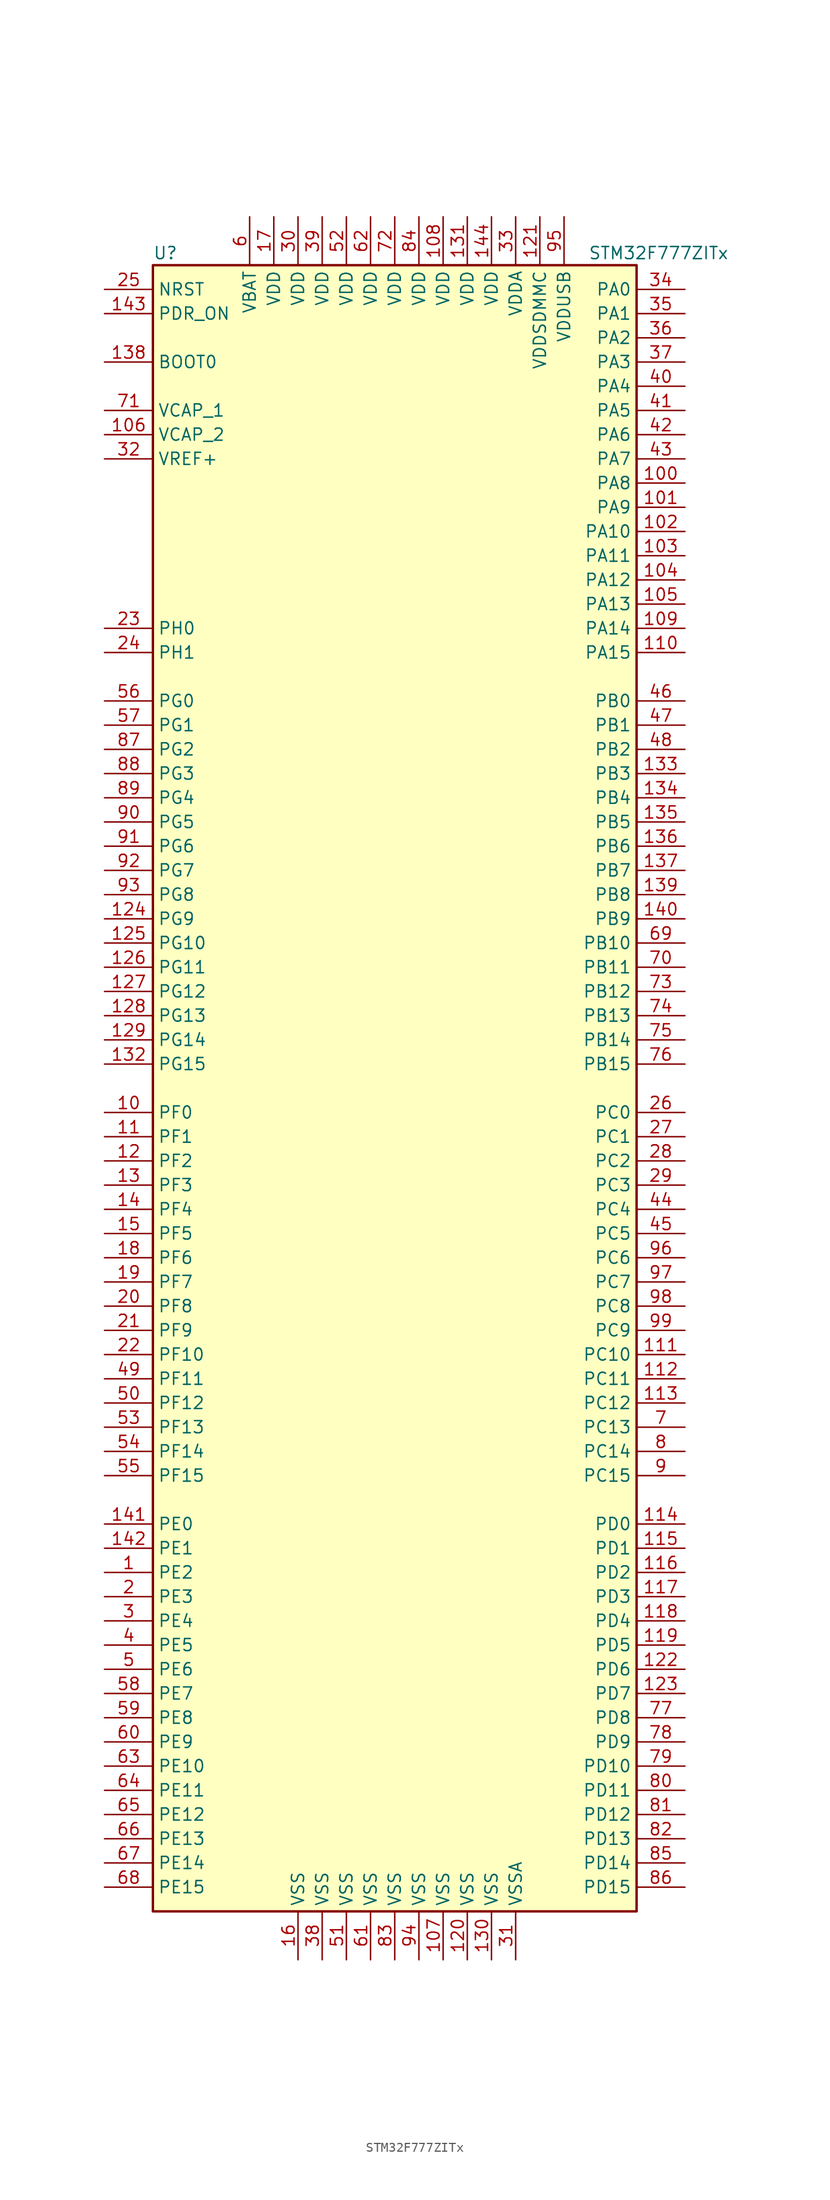
<source format=kicad_sym>
(kicad_symbol_lib
  (version 20220914)
  (generator kicad_symbol_editor)
  (symbol "STM32F777ZITx"
    (property "Reference" "U"
      (at -25.4 87.63 0)
      (effects (font (size 1.27 1.27)) (justify left)))
    (property "Value" "STM32F777ZITx"
      (at 20.32 87.63 0)
      (effects (font (size 1.27 1.27)) (justify left)))
    (symbol "STM32F777ZITx_0_1"
      (rectangle (start -25.4 -86.36) (end 25.4 86.36) (stroke (width 0.254) (type default)) (fill (type background))))
    (symbol "STM32F777ZITx_1_1"
      (pin bidirectional line (at -30.48 -50.8 0) (length 5.08) (name "PE2" (effects (font (size 1.27 1.27)))) (number "1" (effects (font (size 1.27 1.27)))))
      (pin bidirectional line (at -30.48 -2.54 0) (length 5.08) (name "PF0" (effects (font (size 1.27 1.27)))) (number "10" (effects (font (size 1.27 1.27)))))
      (pin bidirectional line (at 30.48 63.5 180) (length 5.08) (name "PA8" (effects (font (size 1.27 1.27)))) (number "100" (effects (font (size 1.27 1.27)))))
      (pin bidirectional line (at 30.48 60.96 180) (length 5.08) (name "PA9" (effects (font (size 1.27 1.27)))) (number "101" (effects (font (size 1.27 1.27)))))
      (pin bidirectional line (at 30.48 58.42 180) (length 5.08) (name "PA10" (effects (font (size 1.27 1.27)))) (number "102" (effects (font (size 1.27 1.27)))))
      (pin bidirectional line (at 30.48 55.88 180) (length 5.08) (name "PA11" (effects (font (size 1.27 1.27)))) (number "103" (effects (font (size 1.27 1.27)))))
      (pin bidirectional line (at 30.48 53.34 180) (length 5.08) (name "PA12" (effects (font (size 1.27 1.27)))) (number "104" (effects (font (size 1.27 1.27)))))
      (pin bidirectional line (at 30.48 50.8 180) (length 5.08) (name "PA13" (effects (font (size 1.27 1.27)))) (number "105" (effects (font (size 1.27 1.27)))))
      (pin power_in line (at -30.48 68.58 0) (length 5.08) (name "VCAP_2" (effects (font (size 1.27 1.27)))) (number "106" (effects (font (size 1.27 1.27)))))
      (pin power_in line (at 5.08 -91.44 90) (length 5.08) (name "VSS" (effects (font (size 1.27 1.27)))) (number "107" (effects (font (size 1.27 1.27)))))
      (pin power_in line (at 5.08 91.44 270) (length 5.08) (name "VDD" (effects (font (size 1.27 1.27)))) (number "108" (effects (font (size 1.27 1.27)))))
      (pin bidirectional line (at 30.48 48.26 180) (length 5.08) (name "PA14" (effects (font (size 1.27 1.27)))) (number "109" (effects (font (size 1.27 1.27)))))
      (pin bidirectional line (at -30.48 -5.08 0) (length 5.08) (name "PF1" (effects (font (size 1.27 1.27)))) (number "11" (effects (font (size 1.27 1.27)))))
      (pin bidirectional line (at 30.48 45.72 180) (length 5.08) (name "PA15" (effects (font (size 1.27 1.27)))) (number "110" (effects (font (size 1.27 1.27)))))
      (pin bidirectional line (at 30.48 -27.94 180) (length 5.08) (name "PC10" (effects (font (size 1.27 1.27)))) (number "111" (effects (font (size 1.27 1.27)))))
      (pin bidirectional line (at 30.48 -30.48 180) (length 5.08) (name "PC11" (effects (font (size 1.27 1.27)))) (number "112" (effects (font (size 1.27 1.27)))))
      (pin bidirectional line (at 30.48 -33.02 180) (length 5.08) (name "PC12" (effects (font (size 1.27 1.27)))) (number "113" (effects (font (size 1.27 1.27)))))
      (pin bidirectional line (at 30.48 -45.72 180) (length 5.08) (name "PD0" (effects (font (size 1.27 1.27)))) (number "114" (effects (font (size 1.27 1.27)))))
      (pin bidirectional line (at 30.48 -48.26 180) (length 5.08) (name "PD1" (effects (font (size 1.27 1.27)))) (number "115" (effects (font (size 1.27 1.27)))))
      (pin bidirectional line (at 30.48 -50.8 180) (length 5.08) (name "PD2" (effects (font (size 1.27 1.27)))) (number "116" (effects (font (size 1.27 1.27)))))
      (pin bidirectional line (at 30.48 -53.34 180) (length 5.08) (name "PD3" (effects (font (size 1.27 1.27)))) (number "117" (effects (font (size 1.27 1.27)))))
      (pin bidirectional line (at 30.48 -55.88 180) (length 5.08) (name "PD4" (effects (font (size 1.27 1.27)))) (number "118" (effects (font (size 1.27 1.27)))))
      (pin bidirectional line (at 30.48 -58.42 180) (length 5.08) (name "PD5" (effects (font (size 1.27 1.27)))) (number "119" (effects (font (size 1.27 1.27)))))
      (pin bidirectional line (at -30.48 -7.62 0) (length 5.08) (name "PF2" (effects (font (size 1.27 1.27)))) (number "12" (effects (font (size 1.27 1.27)))))
      (pin power_in line (at 7.62 -91.44 90) (length 5.08) (name "VSS" (effects (font (size 1.27 1.27)))) (number "120" (effects (font (size 1.27 1.27)))))
      (pin power_in line (at 15.24 91.44 270) (length 5.08) (name "VDDSDMMC" (effects (font (size 1.27 1.27)))) (number "121" (effects (font (size 1.27 1.27)))))
      (pin bidirectional line (at 30.48 -60.96 180) (length 5.08) (name "PD6" (effects (font (size 1.27 1.27)))) (number "122" (effects (font (size 1.27 1.27)))))
      (pin bidirectional line (at 30.48 -63.5 180) (length 5.08) (name "PD7" (effects (font (size 1.27 1.27)))) (number "123" (effects (font (size 1.27 1.27)))))
      (pin bidirectional line (at -30.48 17.78 0) (length 5.08) (name "PG9" (effects (font (size 1.27 1.27)))) (number "124" (effects (font (size 1.27 1.27)))))
      (pin bidirectional line (at -30.48 15.24 0) (length 5.08) (name "PG10" (effects (font (size 1.27 1.27)))) (number "125" (effects (font (size 1.27 1.27)))))
      (pin bidirectional line (at -30.48 12.7 0) (length 5.08) (name "PG11" (effects (font (size 1.27 1.27)))) (number "126" (effects (font (size 1.27 1.27)))))
      (pin bidirectional line (at -30.48 10.16 0) (length 5.08) (name "PG12" (effects (font (size 1.27 1.27)))) (number "127" (effects (font (size 1.27 1.27)))))
      (pin bidirectional line (at -30.48 7.62 0) (length 5.08) (name "PG13" (effects (font (size 1.27 1.27)))) (number "128" (effects (font (size 1.27 1.27)))))
      (pin bidirectional line (at -30.48 5.08 0) (length 5.08) (name "PG14" (effects (font (size 1.27 1.27)))) (number "129" (effects (font (size 1.27 1.27)))))
      (pin bidirectional line (at -30.48 -10.16 0) (length 5.08) (name "PF3" (effects (font (size 1.27 1.27)))) (number "13" (effects (font (size 1.27 1.27)))))
      (pin power_in line (at 10.16 -91.44 90) (length 5.08) (name "VSS" (effects (font (size 1.27 1.27)))) (number "130" (effects (font (size 1.27 1.27)))))
      (pin power_in line (at 7.62 91.44 270) (length 5.08) (name "VDD" (effects (font (size 1.27 1.27)))) (number "131" (effects (font (size 1.27 1.27)))))
      (pin bidirectional line (at -30.48 2.54 0) (length 5.08) (name "PG15" (effects (font (size 1.27 1.27)))) (number "132" (effects (font (size 1.27 1.27)))))
      (pin bidirectional line (at 30.48 33.02 180) (length 5.08) (name "PB3" (effects (font (size 1.27 1.27)))) (number "133" (effects (font (size 1.27 1.27)))))
      (pin bidirectional line (at 30.48 30.48 180) (length 5.08) (name "PB4" (effects (font (size 1.27 1.27)))) (number "134" (effects (font (size 1.27 1.27)))))
      (pin bidirectional line (at 30.48 27.94 180) (length 5.08) (name "PB5" (effects (font (size 1.27 1.27)))) (number "135" (effects (font (size 1.27 1.27)))))
      (pin bidirectional line (at 30.48 25.4 180) (length 5.08) (name "PB6" (effects (font (size 1.27 1.27)))) (number "136" (effects (font (size 1.27 1.27)))))
      (pin bidirectional line (at 30.48 22.86 180) (length 5.08) (name "PB7" (effects (font (size 1.27 1.27)))) (number "137" (effects (font (size 1.27 1.27)))))
      (pin input line (at -30.48 76.2 0) (length 5.08) (name "BOOT0" (effects (font (size 1.27 1.27)))) (number "138" (effects (font (size 1.27 1.27)))))
      (pin bidirectional line (at 30.48 20.32 180) (length 5.08) (name "PB8" (effects (font (size 1.27 1.27)))) (number "139" (effects (font (size 1.27 1.27)))))
      (pin bidirectional line (at -30.48 -12.7 0) (length 5.08) (name "PF4" (effects (font (size 1.27 1.27)))) (number "14" (effects (font (size 1.27 1.27)))))
      (pin bidirectional line (at 30.48 17.78 180) (length 5.08) (name "PB9" (effects (font (size 1.27 1.27)))) (number "140" (effects (font (size 1.27 1.27)))))
      (pin bidirectional line (at -30.48 -45.72 0) (length 5.08) (name "PE0" (effects (font (size 1.27 1.27)))) (number "141" (effects (font (size 1.27 1.27)))))
      (pin bidirectional line (at -30.48 -48.26 0) (length 5.08) (name "PE1" (effects (font (size 1.27 1.27)))) (number "142" (effects (font (size 1.27 1.27)))))
      (pin input line (at -30.48 81.28 0) (length 5.08) (name "PDR_ON" (effects (font (size 1.27 1.27)))) (number "143" (effects (font (size 1.27 1.27)))))
      (pin power_in line (at 10.16 91.44 270) (length 5.08) (name "VDD" (effects (font (size 1.27 1.27)))) (number "144" (effects (font (size 1.27 1.27)))))
      (pin bidirectional line (at -30.48 -15.24 0) (length 5.08) (name "PF5" (effects (font (size 1.27 1.27)))) (number "15" (effects (font (size 1.27 1.27)))))
      (pin power_in line (at -10.16 -91.44 90) (length 5.08) (name "VSS" (effects (font (size 1.27 1.27)))) (number "16" (effects (font (size 1.27 1.27)))))
      (pin power_in line (at -12.7 91.44 270) (length 5.08) (name "VDD" (effects (font (size 1.27 1.27)))) (number "17" (effects (font (size 1.27 1.27)))))
      (pin bidirectional line (at -30.48 -17.78 0) (length 5.08) (name "PF6" (effects (font (size 1.27 1.27)))) (number "18" (effects (font (size 1.27 1.27)))))
      (pin bidirectional line (at -30.48 -20.32 0) (length 5.08) (name "PF7" (effects (font (size 1.27 1.27)))) (number "19" (effects (font (size 1.27 1.27)))))
      (pin bidirectional line (at -30.48 -53.34 0) (length 5.08) (name "PE3" (effects (font (size 1.27 1.27)))) (number "2" (effects (font (size 1.27 1.27)))))
      (pin bidirectional line (at -30.48 -22.86 0) (length 5.08) (name "PF8" (effects (font (size 1.27 1.27)))) (number "20" (effects (font (size 1.27 1.27)))))
      (pin bidirectional line (at -30.48 -25.4 0) (length 5.08) (name "PF9" (effects (font (size 1.27 1.27)))) (number "21" (effects (font (size 1.27 1.27)))))
      (pin bidirectional line (at -30.48 -27.94 0) (length 5.08) (name "PF10" (effects (font (size 1.27 1.27)))) (number "22" (effects (font (size 1.27 1.27)))))
      (pin input line (at -30.48 48.26 0) (length 5.08) (name "PH0" (effects (font (size 1.27 1.27)))) (number "23" (effects (font (size 1.27 1.27)))))
      (pin input line (at -30.48 45.72 0) (length 5.08) (name "PH1" (effects (font (size 1.27 1.27)))) (number "24" (effects (font (size 1.27 1.27)))))
      (pin input line (at -30.48 83.82 0) (length 5.08) (name "NRST" (effects (font (size 1.27 1.27)))) (number "25" (effects (font (size 1.27 1.27)))))
      (pin bidirectional line (at 30.48 -2.54 180) (length 5.08) (name "PC0" (effects (font (size 1.27 1.27)))) (number "26" (effects (font (size 1.27 1.27)))))
      (pin bidirectional line (at 30.48 -5.08 180) (length 5.08) (name "PC1" (effects (font (size 1.27 1.27)))) (number "27" (effects (font (size 1.27 1.27)))))
      (pin bidirectional line (at 30.48 -7.62 180) (length 5.08) (name "PC2" (effects (font (size 1.27 1.27)))) (number "28" (effects (font (size 1.27 1.27)))))
      (pin bidirectional line (at 30.48 -10.16 180) (length 5.08) (name "PC3" (effects (font (size 1.27 1.27)))) (number "29" (effects (font (size 1.27 1.27)))))
      (pin bidirectional line (at -30.48 -55.88 0) (length 5.08) (name "PE4" (effects (font (size 1.27 1.27)))) (number "3" (effects (font (size 1.27 1.27)))))
      (pin power_in line (at -10.16 91.44 270) (length 5.08) (name "VDD" (effects (font (size 1.27 1.27)))) (number "30" (effects (font (size 1.27 1.27)))))
      (pin power_in line (at 12.7 -91.44 90) (length 5.08) (name "VSSA" (effects (font (size 1.27 1.27)))) (number "31" (effects (font (size 1.27 1.27)))))
      (pin power_in line (at -30.48 66.04 0) (length 5.08) (name "VREF+" (effects (font (size 1.27 1.27)))) (number "32" (effects (font (size 1.27 1.27)))))
      (pin power_in line (at 12.7 91.44 270) (length 5.08) (name "VDDA" (effects (font (size 1.27 1.27)))) (number "33" (effects (font (size 1.27 1.27)))))
      (pin bidirectional line (at 30.48 83.82 180) (length 5.08) (name "PA0" (effects (font (size 1.27 1.27)))) (number "34" (effects (font (size 1.27 1.27)))))
      (pin bidirectional line (at 30.48 81.28 180) (length 5.08) (name "PA1" (effects (font (size 1.27 1.27)))) (number "35" (effects (font (size 1.27 1.27)))))
      (pin bidirectional line (at 30.48 78.74 180) (length 5.08) (name "PA2" (effects (font (size 1.27 1.27)))) (number "36" (effects (font (size 1.27 1.27)))))
      (pin bidirectional line (at 30.48 76.2 180) (length 5.08) (name "PA3" (effects (font (size 1.27 1.27)))) (number "37" (effects (font (size 1.27 1.27)))))
      (pin power_in line (at -7.62 -91.44 90) (length 5.08) (name "VSS" (effects (font (size 1.27 1.27)))) (number "38" (effects (font (size 1.27 1.27)))))
      (pin power_in line (at -7.62 91.44 270) (length 5.08) (name "VDD" (effects (font (size 1.27 1.27)))) (number "39" (effects (font (size 1.27 1.27)))))
      (pin bidirectional line (at -30.48 -58.42 0) (length 5.08) (name "PE5" (effects (font (size 1.27 1.27)))) (number "4" (effects (font (size 1.27 1.27)))))
      (pin bidirectional line (at 30.48 73.66 180) (length 5.08) (name "PA4" (effects (font (size 1.27 1.27)))) (number "40" (effects (font (size 1.27 1.27)))))
      (pin bidirectional line (at 30.48 71.12 180) (length 5.08) (name "PA5" (effects (font (size 1.27 1.27)))) (number "41" (effects (font (size 1.27 1.27)))))
      (pin bidirectional line (at 30.48 68.58 180) (length 5.08) (name "PA6" (effects (font (size 1.27 1.27)))) (number "42" (effects (font (size 1.27 1.27)))))
      (pin bidirectional line (at 30.48 66.04 180) (length 5.08) (name "PA7" (effects (font (size 1.27 1.27)))) (number "43" (effects (font (size 1.27 1.27)))))
      (pin bidirectional line (at 30.48 -12.7 180) (length 5.08) (name "PC4" (effects (font (size 1.27 1.27)))) (number "44" (effects (font (size 1.27 1.27)))))
      (pin bidirectional line (at 30.48 -15.24 180) (length 5.08) (name "PC5" (effects (font (size 1.27 1.27)))) (number "45" (effects (font (size 1.27 1.27)))))
      (pin bidirectional line (at 30.48 40.64 180) (length 5.08) (name "PB0" (effects (font (size 1.27 1.27)))) (number "46" (effects (font (size 1.27 1.27)))))
      (pin bidirectional line (at 30.48 38.1 180) (length 5.08) (name "PB1" (effects (font (size 1.27 1.27)))) (number "47" (effects (font (size 1.27 1.27)))))
      (pin bidirectional line (at 30.48 35.56 180) (length 5.08) (name "PB2" (effects (font (size 1.27 1.27)))) (number "48" (effects (font (size 1.27 1.27)))))
      (pin bidirectional line (at -30.48 -30.48 0) (length 5.08) (name "PF11" (effects (font (size 1.27 1.27)))) (number "49" (effects (font (size 1.27 1.27)))))
      (pin bidirectional line (at -30.48 -60.96 0) (length 5.08) (name "PE6" (effects (font (size 1.27 1.27)))) (number "5" (effects (font (size 1.27 1.27)))))
      (pin bidirectional line (at -30.48 -33.02 0) (length 5.08) (name "PF12" (effects (font (size 1.27 1.27)))) (number "50" (effects (font (size 1.27 1.27)))))
      (pin power_in line (at -5.08 -91.44 90) (length 5.08) (name "VSS" (effects (font (size 1.27 1.27)))) (number "51" (effects (font (size 1.27 1.27)))))
      (pin power_in line (at -5.08 91.44 270) (length 5.08) (name "VDD" (effects (font (size 1.27 1.27)))) (number "52" (effects (font (size 1.27 1.27)))))
      (pin bidirectional line (at -30.48 -35.56 0) (length 5.08) (name "PF13" (effects (font (size 1.27 1.27)))) (number "53" (effects (font (size 1.27 1.27)))))
      (pin bidirectional line (at -30.48 -38.1 0) (length 5.08) (name "PF14" (effects (font (size 1.27 1.27)))) (number "54" (effects (font (size 1.27 1.27)))))
      (pin bidirectional line (at -30.48 -40.64 0) (length 5.08) (name "PF15" (effects (font (size 1.27 1.27)))) (number "55" (effects (font (size 1.27 1.27)))))
      (pin bidirectional line (at -30.48 40.64 0) (length 5.08) (name "PG0" (effects (font (size 1.27 1.27)))) (number "56" (effects (font (size 1.27 1.27)))))
      (pin bidirectional line (at -30.48 38.1 0) (length 5.08) (name "PG1" (effects (font (size 1.27 1.27)))) (number "57" (effects (font (size 1.27 1.27)))))
      (pin bidirectional line (at -30.48 -63.5 0) (length 5.08) (name "PE7" (effects (font (size 1.27 1.27)))) (number "58" (effects (font (size 1.27 1.27)))))
      (pin bidirectional line (at -30.48 -66.04 0) (length 5.08) (name "PE8" (effects (font (size 1.27 1.27)))) (number "59" (effects (font (size 1.27 1.27)))))
      (pin power_in line (at -15.24 91.44 270) (length 5.08) (name "VBAT" (effects (font (size 1.27 1.27)))) (number "6" (effects (font (size 1.27 1.27)))))
      (pin bidirectional line (at -30.48 -68.58 0) (length 5.08) (name "PE9" (effects (font (size 1.27 1.27)))) (number "60" (effects (font (size 1.27 1.27)))))
      (pin power_in line (at -2.54 -91.44 90) (length 5.08) (name "VSS" (effects (font (size 1.27 1.27)))) (number "61" (effects (font (size 1.27 1.27)))))
      (pin power_in line (at -2.54 91.44 270) (length 5.08) (name "VDD" (effects (font (size 1.27 1.27)))) (number "62" (effects (font (size 1.27 1.27)))))
      (pin bidirectional line (at -30.48 -71.12 0) (length 5.08) (name "PE10" (effects (font (size 1.27 1.27)))) (number "63" (effects (font (size 1.27 1.27)))))
      (pin bidirectional line (at -30.48 -73.66 0) (length 5.08) (name "PE11" (effects (font (size 1.27 1.27)))) (number "64" (effects (font (size 1.27 1.27)))))
      (pin bidirectional line (at -30.48 -76.2 0) (length 5.08) (name "PE12" (effects (font (size 1.27 1.27)))) (number "65" (effects (font (size 1.27 1.27)))))
      (pin bidirectional line (at -30.48 -78.74 0) (length 5.08) (name "PE13" (effects (font (size 1.27 1.27)))) (number "66" (effects (font (size 1.27 1.27)))))
      (pin bidirectional line (at -30.48 -81.28 0) (length 5.08) (name "PE14" (effects (font (size 1.27 1.27)))) (number "67" (effects (font (size 1.27 1.27)))))
      (pin bidirectional line (at -30.48 -83.82 0) (length 5.08) (name "PE15" (effects (font (size 1.27 1.27)))) (number "68" (effects (font (size 1.27 1.27)))))
      (pin bidirectional line (at 30.48 15.24 180) (length 5.08) (name "PB10" (effects (font (size 1.27 1.27)))) (number "69" (effects (font (size 1.27 1.27)))))
      (pin bidirectional line (at 30.48 -35.56 180) (length 5.08) (name "PC13" (effects (font (size 1.27 1.27)))) (number "7" (effects (font (size 1.27 1.27)))))
      (pin bidirectional line (at 30.48 12.7 180) (length 5.08) (name "PB11" (effects (font (size 1.27 1.27)))) (number "70" (effects (font (size 1.27 1.27)))))
      (pin power_in line (at -30.48 71.12 0) (length 5.08) (name "VCAP_1" (effects (font (size 1.27 1.27)))) (number "71" (effects (font (size 1.27 1.27)))))
      (pin power_in line (at 0 91.44 270) (length 5.08) (name "VDD" (effects (font (size 1.27 1.27)))) (number "72" (effects (font (size 1.27 1.27)))))
      (pin bidirectional line (at 30.48 10.16 180) (length 5.08) (name "PB12" (effects (font (size 1.27 1.27)))) (number "73" (effects (font (size 1.27 1.27)))))
      (pin bidirectional line (at 30.48 7.62 180) (length 5.08) (name "PB13" (effects (font (size 1.27 1.27)))) (number "74" (effects (font (size 1.27 1.27)))))
      (pin bidirectional line (at 30.48 5.08 180) (length 5.08) (name "PB14" (effects (font (size 1.27 1.27)))) (number "75" (effects (font (size 1.27 1.27)))))
      (pin bidirectional line (at 30.48 2.54 180) (length 5.08) (name "PB15" (effects (font (size 1.27 1.27)))) (number "76" (effects (font (size 1.27 1.27)))))
      (pin bidirectional line (at 30.48 -66.04 180) (length 5.08) (name "PD8" (effects (font (size 1.27 1.27)))) (number "77" (effects (font (size 1.27 1.27)))))
      (pin bidirectional line (at 30.48 -68.58 180) (length 5.08) (name "PD9" (effects (font (size 1.27 1.27)))) (number "78" (effects (font (size 1.27 1.27)))))
      (pin bidirectional line (at 30.48 -71.12 180) (length 5.08) (name "PD10" (effects (font (size 1.27 1.27)))) (number "79" (effects (font (size 1.27 1.27)))))
      (pin bidirectional line (at 30.48 -38.1 180) (length 5.08) (name "PC14" (effects (font (size 1.27 1.27)))) (number "8" (effects (font (size 1.27 1.27)))))
      (pin bidirectional line (at 30.48 -73.66 180) (length 5.08) (name "PD11" (effects (font (size 1.27 1.27)))) (number "80" (effects (font (size 1.27 1.27)))))
      (pin bidirectional line (at 30.48 -76.2 180) (length 5.08) (name "PD12" (effects (font (size 1.27 1.27)))) (number "81" (effects (font (size 1.27 1.27)))))
      (pin bidirectional line (at 30.48 -78.74 180) (length 5.08) (name "PD13" (effects (font (size 1.27 1.27)))) (number "82" (effects (font (size 1.27 1.27)))))
      (pin power_in line (at 0 -91.44 90) (length 5.08) (name "VSS" (effects (font (size 1.27 1.27)))) (number "83" (effects (font (size 1.27 1.27)))))
      (pin power_in line (at 2.54 91.44 270) (length 5.08) (name "VDD" (effects (font (size 1.27 1.27)))) (number "84" (effects (font (size 1.27 1.27)))))
      (pin bidirectional line (at 30.48 -81.28 180) (length 5.08) (name "PD14" (effects (font (size 1.27 1.27)))) (number "85" (effects (font (size 1.27 1.27)))))
      (pin bidirectional line (at 30.48 -83.82 180) (length 5.08) (name "PD15" (effects (font (size 1.27 1.27)))) (number "86" (effects (font (size 1.27 1.27)))))
      (pin bidirectional line (at -30.48 35.56 0) (length 5.08) (name "PG2" (effects (font (size 1.27 1.27)))) (number "87" (effects (font (size 1.27 1.27)))))
      (pin bidirectional line (at -30.48 33.02 0) (length 5.08) (name "PG3" (effects (font (size 1.27 1.27)))) (number "88" (effects (font (size 1.27 1.27)))))
      (pin bidirectional line (at -30.48 30.48 0) (length 5.08) (name "PG4" (effects (font (size 1.27 1.27)))) (number "89" (effects (font (size 1.27 1.27)))))
      (pin bidirectional line (at 30.48 -40.64 180) (length 5.08) (name "PC15" (effects (font (size 1.27 1.27)))) (number "9" (effects (font (size 1.27 1.27)))))
      (pin bidirectional line (at -30.48 27.94 0) (length 5.08) (name "PG5" (effects (font (size 1.27 1.27)))) (number "90" (effects (font (size 1.27 1.27)))))
      (pin bidirectional line (at -30.48 25.4 0) (length 5.08) (name "PG6" (effects (font (size 1.27 1.27)))) (number "91" (effects (font (size 1.27 1.27)))))
      (pin bidirectional line (at -30.48 22.86 0) (length 5.08) (name "PG7" (effects (font (size 1.27 1.27)))) (number "92" (effects (font (size 1.27 1.27)))))
      (pin bidirectional line (at -30.48 20.32 0) (length 5.08) (name "PG8" (effects (font (size 1.27 1.27)))) (number "93" (effects (font (size 1.27 1.27)))))
      (pin power_in line (at 2.54 -91.44 90) (length 5.08) (name "VSS" (effects (font (size 1.27 1.27)))) (number "94" (effects (font (size 1.27 1.27)))))
      (pin power_in line (at 17.78 91.44 270) (length 5.08) (name "VDDUSB" (effects (font (size 1.27 1.27)))) (number "95" (effects (font (size 1.27 1.27)))))
      (pin bidirectional line (at 30.48 -17.78 180) (length 5.08) (name "PC6" (effects (font (size 1.27 1.27)))) (number "96" (effects (font (size 1.27 1.27)))))
      (pin bidirectional line (at 30.48 -20.32 180) (length 5.08) (name "PC7" (effects (font (size 1.27 1.27)))) (number "97" (effects (font (size 1.27 1.27)))))
      (pin bidirectional line (at 30.48 -22.86 180) (length 5.08) (name "PC8" (effects (font (size 1.27 1.27)))) (number "98" (effects (font (size 1.27 1.27)))))
      (pin bidirectional line (at 30.48 -25.4 180) (length 5.08) (name "PC9" (effects (font (size 1.27 1.27)))) (number "99" (effects (font (size 1.27 1.27))))))))
</source>
